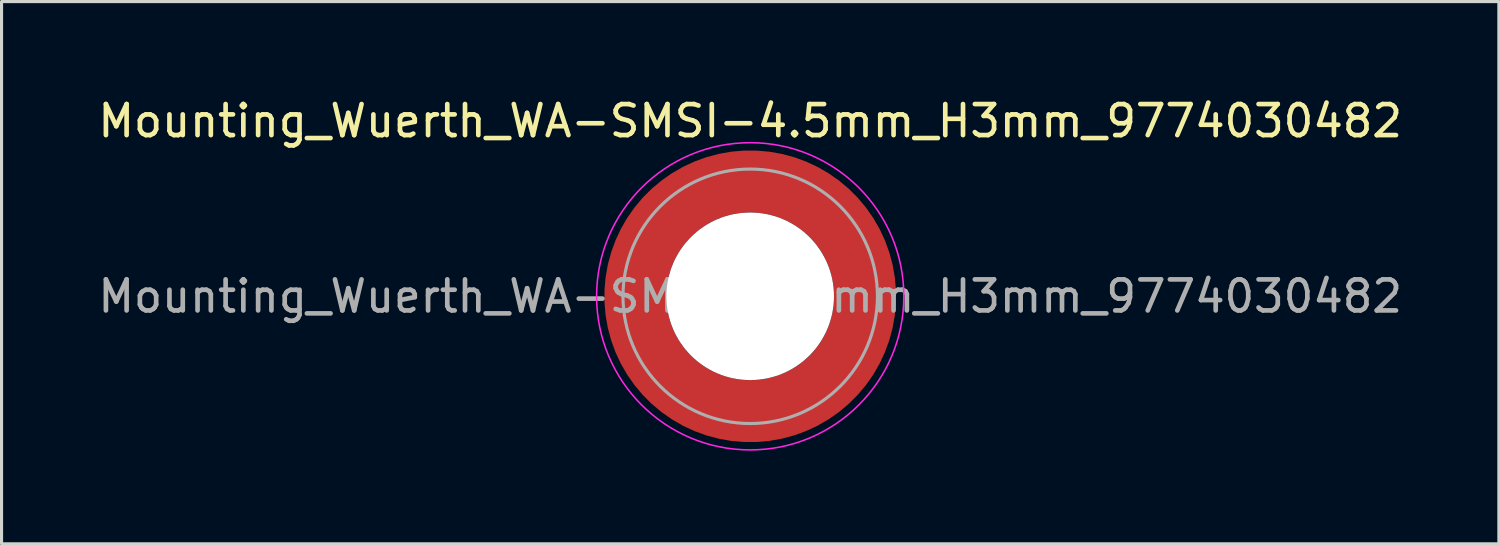
<source format=kicad_pcb>
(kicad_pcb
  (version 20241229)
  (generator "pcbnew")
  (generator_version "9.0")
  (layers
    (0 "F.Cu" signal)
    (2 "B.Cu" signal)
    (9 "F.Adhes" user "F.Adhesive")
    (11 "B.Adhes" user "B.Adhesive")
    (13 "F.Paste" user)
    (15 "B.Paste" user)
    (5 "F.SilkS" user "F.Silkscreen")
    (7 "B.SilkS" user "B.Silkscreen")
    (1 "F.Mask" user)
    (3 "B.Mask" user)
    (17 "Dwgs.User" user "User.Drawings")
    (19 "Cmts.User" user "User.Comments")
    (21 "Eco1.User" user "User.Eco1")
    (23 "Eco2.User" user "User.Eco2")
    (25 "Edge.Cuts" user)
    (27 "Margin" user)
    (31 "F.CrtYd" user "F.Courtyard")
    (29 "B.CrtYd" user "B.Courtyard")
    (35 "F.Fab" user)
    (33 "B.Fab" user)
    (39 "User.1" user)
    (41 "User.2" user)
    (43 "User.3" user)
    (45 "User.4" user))
  (footprint "Mounting_Wuerth_WA-SMSI-4.5mm_H3mm_9774030482"
    (layer "F.Cu")
    (at 21.125 6.498)
    (property "Reference" "Mounting_Wuerth_WA-SMSI-4.5mm_H3mm_9774030482" (at 0 -5.65 0) (layer "F.SilkS") (effects (font (size 1 1) (thickness 0.15))))
    (attr smd)
    (fp_circle (center 0 0) (end 4.95 0) (stroke (width 0.05) (type solid)) (fill no) (layer "F.CrtYd"))
    (fp_circle (center 0 0) (end 4.1 0) (stroke (width 0.1) (type solid)) (fill no) (layer "F.Fab"))
    (fp_text user "${REFERENCE}" (at 0 0 0) (layer "F.Fab") (effects (font (size 1 1) (thickness 0.15))))
    (pad "" smd custom (at -2.607 -2.607) (size 1.495 1.495) (layers "F.Paste") (options (anchor circle)) (primitives (gr_arc (start -0.188183 2.107456) (mid 0.598928 0.599619) (end 2.106494 -0.188011) (width 0.2)) (gr_arc (start -0.289416 2.107456) (mid 0.528508 0.529033) (end 2.106724 -0.28929) (width 0.2)) (gr_arc (start -0.390547 2.107456) (mid 0.457087 0.459449) (end 2.104161 -0.389996) (width 0.2)) (gr_arc (start -0.491585 2.107456) (mid 0.386415 0.389116) (end 2.103685 -0.490974) (width 0.2)) (gr_arc (start -0.59254 2.107456) (mid 0.31649 0.318035) (end 2.105297 -0.592202) (width 0.2)) (gr_arc (start -0.693419 2.107456) (mid 0.245252 0.248268) (end 2.103239 -0.692777) (width 0.2)) (gr_arc (start -0.794229 2.107456) (mid 0.174636 0.177878) (end 2.102921 -0.793559) (width 0.2)) (gr_arc (start -0.894975 2.107456) (mid 0.104643 0.106866) (end 2.104343 -0.894529) (width 0.2)) (gr_arc (start -0.995664 2.107456) (mid 0.033026 0.037479) (end 2.101219 -0.994793) (width 0.2)) (gr_arc (start -1.0963 2.107456) (mid -0.035789 -0.034714) (end 2.105949 -1.096096) (width 0.2)) (gr_arc (start -1.196886 2.107456) (mid -0.106351 -0.105157) (end 2.105783 -1.196666) (width 0.2)) (gr_arc (start -1.297427 2.107456) (mid -0.176416 -0.176097) (end 2.107009 -1.29737) (width 0.2)) (gr_arc (start -1.397927 2.107456) (mid -0.248476 -0.245042) (end 2.102638 -1.397323) (width 0.2)) (gr_arc (start -1.498388 2.107456) (mid -0.317612 -0.316913) (end 2.106475 -1.498268) (width 0.2)) (gr_arc (start -1.598813 2.107456) (mid -0.388865 -0.386665) (end 2.104366 -1.598444) (width 0.2)) (gr_arc (start -1.699204 2.107456) (mid -0.459747 -0.456787) (end 2.103299 -1.698719) (width 0.2)) (gr_arc (start -1.799565 2.107456) (mid -0.530257 -0.527283) (end 2.103277 -1.799089) (width 0.2)) (gr_arc (start -1.899896 2.107456) (mid -0.600396 -0.59815) (end 2.104299 -1.899545) (width 0.2)) (gr_arc (start -1.899896 2.107456) (mid -0.600396 -0.59815) (end 2.104299 -1.899545) (width 0.2)) (gr_line (start 2.107 -0.188) (end 2.107 -1.9) (width 0.2)) (gr_line (start -0.188 2.107) (end -1.9 2.107) (width 0.2))))
    (pad "" smd custom (at -2.607 2.607) (size 1.495 1.495) (layers "F.Paste") (options (anchor circle)) (primitives (gr_arc (start 2.107456 0.188183) (mid 0.599619 -0.598928) (end -0.188011 -2.106494) (width 0.2)) (gr_arc (start 2.107456 0.289416) (mid 0.529033 -0.528508) (end -0.28929 -2.106724) (width 0.2)) (gr_arc (start 2.107456 0.390547) (mid 0.459449 -0.457087) (end -0.389996 -2.104161) (width 0.2)) (gr_arc (start 2.107456 0.491585) (mid 0.389116 -0.386415) (end -0.490974 -2.103685) (width 0.2)) (gr_arc (start 2.107456 0.59254) (mid 0.318035 -0.31649) (end -0.592202 -2.105297) (width 0.2)) (gr_arc (start 2.107456 0.693419) (mid 0.248268 -0.245252) (end -0.692777 -2.103239) (width 0.2)) (gr_arc (start 2.107456 0.794229) (mid 0.177878 -0.174636) (end -0.793559 -2.102921) (width 0.2)) (gr_arc (start 2.107456 0.894975) (mid 0.106866 -0.104643) (end -0.894529 -2.104343) (width 0.2)) (gr_arc (start 2.107456 0.995664) (mid 0.037479 -0.033026) (end -0.994793 -2.101219) (width 0.2)) (gr_arc (start 2.107456 1.0963) (mid -0.034714 0.035789) (end -1.096096 -2.105949) (width 0.2)) (gr_arc (start 2.107456 1.196886) (mid -0.105157 0.106351) (end -1.196666 -2.105783) (width 0.2)) (gr_arc (start 2.107456 1.297427) (mid -0.176097 0.176416) (end -1.29737 -2.107009) (width 0.2)) (gr_arc (start 2.107456 1.397927) (mid -0.245042 0.248476) (end -1.397323 -2.102638) (width 0.2)) (gr_arc (start 2.107456 1.498388) (mid -0.316913 0.317612) (end -1.498268 -2.106475) (width 0.2)) (gr_arc (start 2.107456 1.598813) (mid -0.386665 0.388865) (end -1.598444 -2.104366) (width 0.2)) (gr_arc (start 2.107456 1.699204) (mid -0.456787 0.459747) (end -1.698719 -2.103299) (width 0.2)) (gr_arc (start 2.107456 1.799565) (mid -0.527283 0.530257) (end -1.799089 -2.103277) (width 0.2)) (gr_arc (start 2.107456 1.899896) (mid -0.59815 0.600396) (end -1.899545 -2.104299) (width 0.2)) (gr_arc (start 2.107456 1.899896) (mid -0.59815 0.600396) (end -1.899545 -2.104299) (width 0.2)) (gr_line (start -0.188 -2.107) (end -1.9 -2.107) (width 0.2)) (gr_line (start 2.107 0.188) (end 2.107 1.9) (width 0.2))))
    (pad "" np_thru_hole circle (at 0 0) (size 5.4 5.4) (drill 5.4) (layers "*.Cu" "*.Mask"))
    (pad "" smd custom (at 2.607 -2.607) (size 1.495 1.495) (layers "F.Paste") (options (anchor circle)) (primitives (gr_arc (start -2.107456 -0.188183) (mid -0.599619 0.598928) (end 0.188011 2.106494) (width 0.2)) (gr_arc (start -2.107456 -0.289416) (mid -0.529033 0.528508) (end 0.28929 2.106724) (width 0.2)) (gr_arc (start -2.107456 -0.390547) (mid -0.459449 0.457087) (end 0.389996 2.104161) (width 0.2)) (gr_arc (start -2.107456 -0.491585) (mid -0.389116 0.386415) (end 0.490974 2.103685) (width 0.2)) (gr_arc (start -2.107456 -0.59254) (mid -0.318035 0.31649) (end 0.592202 2.105297) (width 0.2)) (gr_arc (start -2.107456 -0.693419) (mid -0.248268 0.245252) (end 0.692777 2.103239) (width 0.2)) (gr_arc (start -2.107456 -0.794229) (mid -0.177878 0.174636) (end 0.793559 2.102921) (width 0.2)) (gr_arc (start -2.107456 -0.894975) (mid -0.106866 0.104643) (end 0.894529 2.104343) (width 0.2)) (gr_arc (start -2.107456 -0.995664) (mid -0.037479 0.033026) (end 0.994793 2.101219) (width 0.2)) (gr_arc (start -2.107456 -1.0963) (mid 0.034714 -0.035789) (end 1.096096 2.105949) (width 0.2)) (gr_arc (start -2.107456 -1.196886) (mid 0.105157 -0.106351) (end 1.196666 2.105783) (width 0.2)) (gr_arc (start -2.107456 -1.297427) (mid 0.176097 -0.176416) (end 1.29737 2.107009) (width 0.2)) (gr_arc (start -2.107456 -1.397927) (mid 0.245042 -0.248476) (end 1.397323 2.102638) (width 0.2)) (gr_arc (start -2.107456 -1.498388) (mid 0.316913 -0.317612) (end 1.498268 2.106475) (width 0.2)) (gr_arc (start -2.107456 -1.598813) (mid 0.386665 -0.388865) (end 1.598444 2.104366) (width 0.2)) (gr_arc (start -2.107456 -1.699204) (mid 0.456787 -0.459747) (end 1.698719 2.103299) (width 0.2)) (gr_arc (start -2.107456 -1.799565) (mid 0.527283 -0.530257) (end 1.799089 2.103277) (width 0.2)) (gr_arc (start -2.107456 -1.899896) (mid 0.59815 -0.600396) (end 1.899545 2.104299) (width 0.2)) (gr_arc (start -2.107456 -1.899896) (mid 0.59815 -0.600396) (end 1.899545 2.104299) (width 0.2)) (gr_line (start 0.188 2.107) (end 1.9 2.107) (width 0.2)) (gr_line (start -2.107 -0.188) (end -2.107 -1.9) (width 0.2))))
    (pad "" smd custom (at 2.607 2.607) (size 1.495 1.495) (layers "F.Paste") (options (anchor circle)) (primitives (gr_arc (start 0.188183 -2.107456) (mid -0.598928 -0.599619) (end -2.106494 0.188011) (width 0.2)) (gr_arc (start 0.289416 -2.107456) (mid -0.528508 -0.529033) (end -2.106724 0.28929) (width 0.2)) (gr_arc (start 0.390547 -2.107456) (mid -0.457087 -0.459449) (end -2.104161 0.389996) (width 0.2)) (gr_arc (start 0.491585 -2.107456) (mid -0.386415 -0.389116) (end -2.103685 0.490974) (width 0.2)) (gr_arc (start 0.59254 -2.107456) (mid -0.31649 -0.318035) (end -2.105297 0.592202) (width 0.2)) (gr_arc (start 0.693419 -2.107456) (mid -0.245252 -0.248268) (end -2.103239 0.692777) (width 0.2)) (gr_arc (start 0.794229 -2.107456) (mid -0.174636 -0.177878) (end -2.102921 0.793559) (width 0.2)) (gr_arc (start 0.894975 -2.107456) (mid -0.104643 -0.106866) (end -2.104343 0.894529) (width 0.2)) (gr_arc (start 0.995664 -2.107456) (mid -0.033026 -0.037479) (end -2.101219 0.994793) (width 0.2)) (gr_arc (start 1.0963 -2.107456) (mid 0.035789 0.034714) (end -2.105949 1.096096) (width 0.2)) (gr_arc (start 1.196886 -2.107456) (mid 0.106351 0.105157) (end -2.105783 1.196666) (width 0.2)) (gr_arc (start 1.297427 -2.107456) (mid 0.176416 0.176097) (end -2.107009 1.29737) (width 0.2)) (gr_arc (start 1.397927 -2.107456) (mid 0.248476 0.245042) (end -2.102638 1.397323) (width 0.2)) (gr_arc (start 1.498388 -2.107456) (mid 0.317612 0.316913) (end -2.106475 1.498268) (width 0.2)) (gr_arc (start 1.598813 -2.107456) (mid 0.388865 0.386665) (end -2.104366 1.598444) (width 0.2)) (gr_arc (start 1.699204 -2.107456) (mid 0.459747 0.456787) (end -2.103299 1.698719) (width 0.2)) (gr_arc (start 1.799565 -2.107456) (mid 0.530257 0.527283) (end -2.103277 1.799089) (width 0.2)) (gr_arc (start 1.899896 -2.107456) (mid 0.600396 0.59815) (end -2.104299 1.899545) (width 0.2)) (gr_arc (start 1.899896 -2.107456) (mid 0.600396 0.59815) (end -2.104299 1.899545) (width 0.2)) (gr_line (start -2.107 0.188) (end -2.107 1.9) (width 0.2)) (gr_line (start 0.188 -2.107) (end 1.9 -2.107) (width 0.2))))
    (pad "1" smd circle (at -3.7 0) (size 1.6 1.6) (layers "F.Cu"))
    (pad "1" smd circle (at 0 -3.7) (size 1.6 1.6) (layers "F.Cu"))
    (pad "1" smd circle (at 0 3.7) (size 1.6 1.6) (layers "F.Cu"))
    (pad "1" smd custom (at 3.7 0) (size 1.6 1.6) (layers "F.Cu" "F.Mask") (options (anchor circle)) (primitives (gr_circle (center -3.7 0) (end 0 0) (width 2) (fill no)))))
  (gr_rect
    (start -3 -3)
    (end 45.25 14.473)
    (stroke (width 0.1) (type default))
    (fill no)
    (layer "Edge.Cuts")))
</source>
